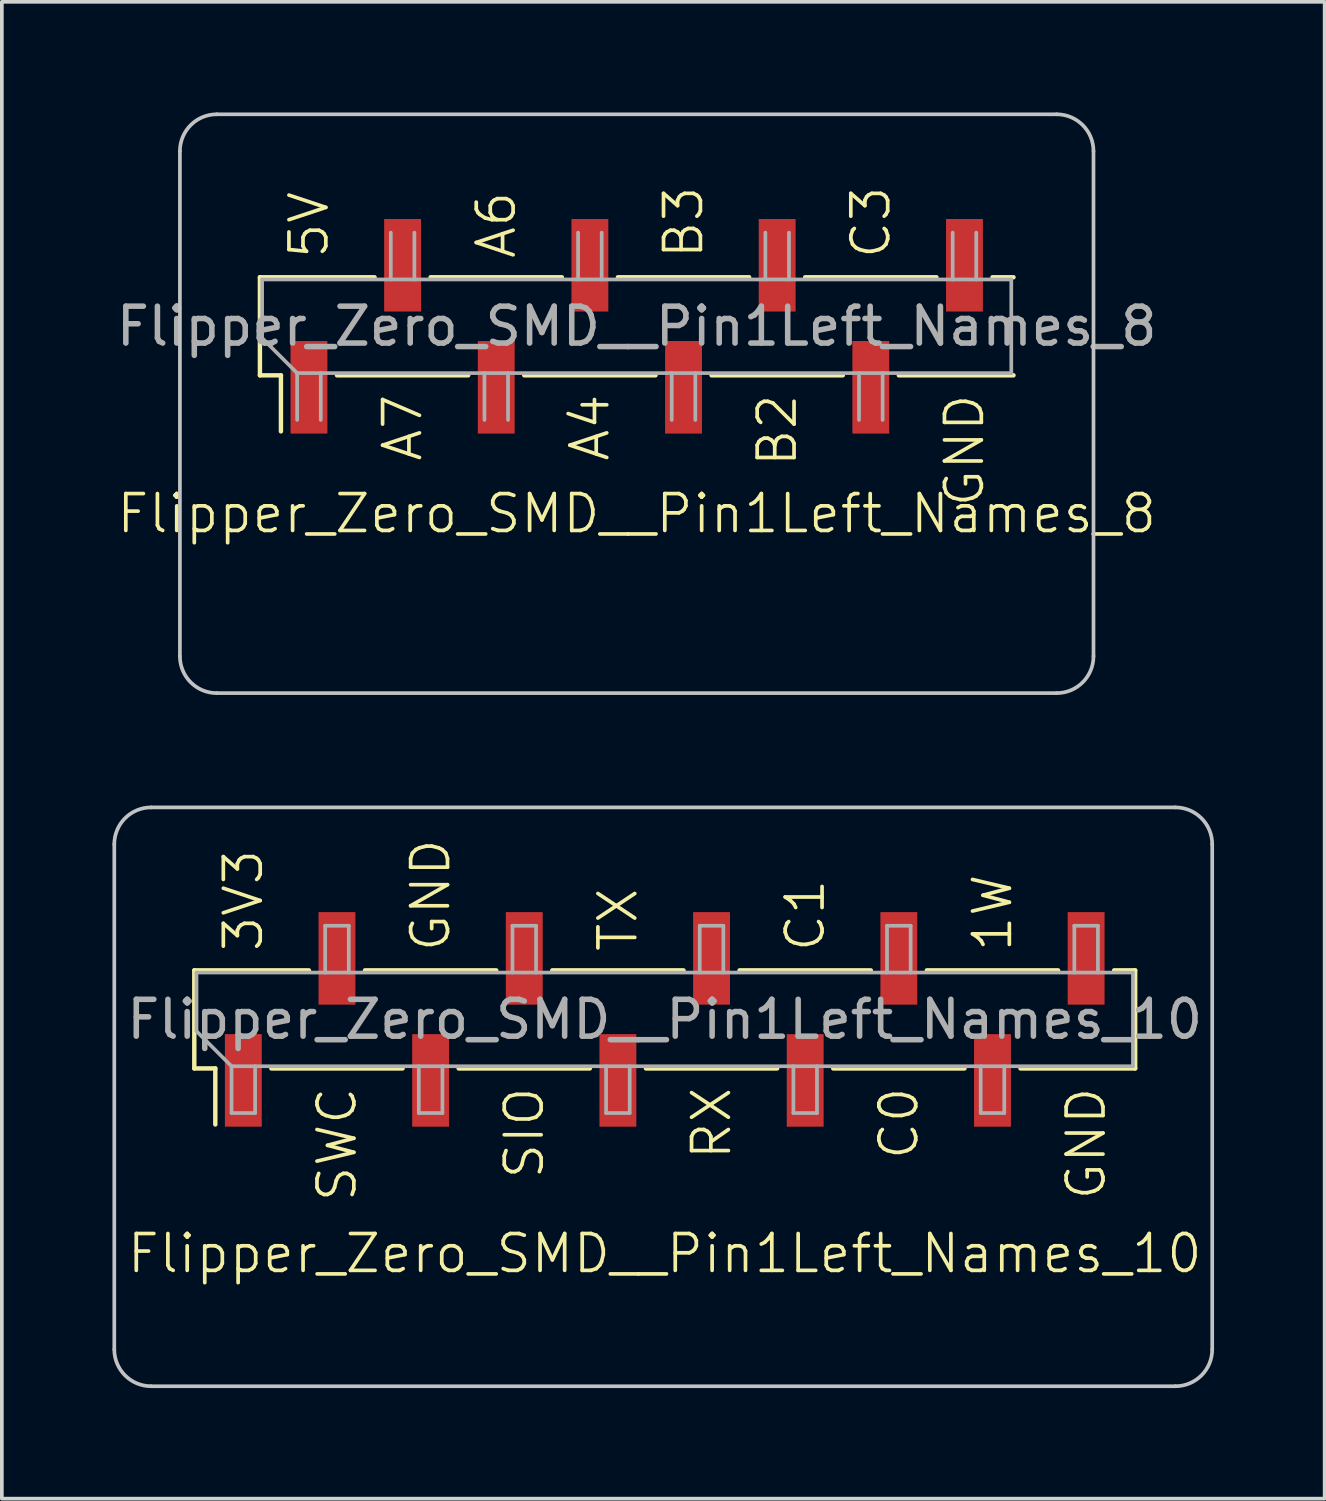
<source format=kicad_pcb>
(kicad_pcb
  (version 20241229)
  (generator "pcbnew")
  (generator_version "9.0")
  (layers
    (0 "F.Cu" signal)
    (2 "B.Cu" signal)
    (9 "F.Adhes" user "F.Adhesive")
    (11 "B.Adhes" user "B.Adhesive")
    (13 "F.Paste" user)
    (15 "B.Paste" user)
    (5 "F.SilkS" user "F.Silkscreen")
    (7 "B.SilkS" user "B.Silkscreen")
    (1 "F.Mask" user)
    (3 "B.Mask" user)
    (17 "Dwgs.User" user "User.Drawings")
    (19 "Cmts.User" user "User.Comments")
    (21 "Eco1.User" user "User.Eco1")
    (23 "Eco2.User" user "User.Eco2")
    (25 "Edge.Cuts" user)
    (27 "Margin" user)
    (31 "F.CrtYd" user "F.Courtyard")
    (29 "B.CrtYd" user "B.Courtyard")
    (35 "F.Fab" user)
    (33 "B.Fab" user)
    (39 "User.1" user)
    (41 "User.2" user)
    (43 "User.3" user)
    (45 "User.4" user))
  (footprint "Flipper_Zero_SMD__Pin1Left_Names_10"
    (layer "F.Cu")
    (at 3.55 24.6)
    (property "Reference" "Flipper_Zero_SMD__Pin1Left_Names_10" (at 11.43 6.35 0) (unlocked yes) (layer "F.SilkS") (effects (font (size 1 1) (thickness 0.1))))
    (attr smd)
    (fp_line (start -1.33 -1.33) (end -1.33 1.33) (stroke (width 0.12) (type solid)) (layer "F.SilkS"))
    (fp_line (start -1.33 -1.33) (end 1.78 -1.33) (stroke (width 0.12) (type solid)) (layer "F.SilkS"))
    (fp_line (start -1.33 1.33) (end -0.76 1.33) (stroke (width 0.12) (type solid)) (layer "F.SilkS"))
    (fp_line (start -0.76 1.33) (end -0.76 2.85) (stroke (width 0.12) (type solid)) (layer "F.SilkS"))
    (fp_line (start 0.76 1.33) (end 4.32 1.33) (stroke (width 0.12) (type solid)) (layer "F.SilkS"))
    (fp_line (start 3.3 -1.33) (end 6.86 -1.33) (stroke (width 0.12) (type solid)) (layer "F.SilkS"))
    (fp_line (start 5.84 1.33) (end 9.4 1.33) (stroke (width 0.12) (type solid)) (layer "F.SilkS"))
    (fp_line (start 8.38 -1.33) (end 11.94 -1.33) (stroke (width 0.12) (type solid)) (layer "F.SilkS"))
    (fp_line (start 10.92 1.33) (end 14.48 1.33) (stroke (width 0.12) (type solid)) (layer "F.SilkS"))
    (fp_line (start 13.46 -1.33) (end 17.02 -1.33) (stroke (width 0.12) (type solid)) (layer "F.SilkS"))
    (fp_line (start 16 1.33) (end 19.56 1.33) (stroke (width 0.12) (type solid)) (layer "F.SilkS"))
    (fp_line (start 18.54 -1.33) (end 22.1 -1.33) (stroke (width 0.12) (type solid)) (layer "F.SilkS"))
    (fp_line (start 21.08 1.33) (end 24.19 1.33) (stroke (width 0.12) (type solid)) (layer "F.SilkS"))
    (fp_line (start 23.62 -1.33) (end 24.19 -1.33) (stroke (width 0.12) (type solid)) (layer "F.SilkS"))
    (fp_line (start 24.19 -1.33) (end 24.19 1.33) (stroke (width 0.12) (type solid)) (layer "F.SilkS"))
    (fp_line (start -3.5 8.95) (end -3.5 -4.75) (stroke (width 0.1) (type default)) (layer "Dwgs.User"))
    (fp_line (start -2.5 -5.75) (end 25.28 -5.75) (stroke (width 0.1) (type default)) (layer "Dwgs.User"))
    (fp_line (start -2.5 9.95) (end 25.28 9.95) (stroke (width 0.1) (type default)) (layer "Dwgs.User"))
    (fp_line (start 26.28 8.95) (end 26.28 -4.75) (stroke (width 0.1) (type default)) (layer "Dwgs.User"))
    (fp_arc (start -3.5 -4.75) (mid -3.207107 -5.457106) (end -2.5 -5.75) (stroke (width 0.1) (type default)) (layer "Dwgs.User"))
    (fp_arc (start -2.5 9.95) (mid -3.207106 9.657107) (end -3.5 8.95) (stroke (width 0.1) (type default)) (layer "Dwgs.User"))
    (fp_arc (start 25.28 -5.75) (mid 25.987106 -5.457107) (end 26.28 -4.75) (stroke (width 0.1) (type default)) (layer "Dwgs.User"))
    (fp_arc (start 26.28 8.95) (mid 25.987107 9.657106) (end 25.28 9.95) (stroke (width 0.1) (type default)) (layer "Dwgs.User"))
    (fp_line (start -1.27 -1.27) (end -1.27 0.32) (stroke (width 0.1) (type solid)) (layer "F.Fab"))
    (fp_line (start -1.27 -1.27) (end 24.13 -1.27) (stroke (width 0.1) (type solid)) (layer "F.Fab"))
    (fp_line (start -0.32 1.27) (end -1.27 0.32) (stroke (width 0.1) (type solid)) (layer "F.Fab"))
    (fp_line (start -0.32 1.27) (end -0.32 2.54) (stroke (width 0.1) (type solid)) (layer "F.Fab"))
    (fp_line (start -0.32 2.54) (end 0.32 2.54) (stroke (width 0.1) (type solid)) (layer "F.Fab"))
    (fp_line (start 0.32 2.54) (end 0.32 1.27) (stroke (width 0.1) (type solid)) (layer "F.Fab"))
    (fp_line (start 2.22 -2.54) (end 2.86 -2.54) (stroke (width 0.1) (type solid)) (layer "F.Fab"))
    (fp_line (start 2.22 -1.27) (end 2.22 -2.54) (stroke (width 0.1) (type solid)) (layer "F.Fab"))
    (fp_line (start 2.86 -2.54) (end 2.86 -1.27) (stroke (width 0.1) (type solid)) (layer "F.Fab"))
    (fp_line (start 4.76 1.27) (end 4.76 2.54) (stroke (width 0.1) (type solid)) (layer "F.Fab"))
    (fp_line (start 4.76 2.54) (end 5.4 2.54) (stroke (width 0.1) (type solid)) (layer "F.Fab"))
    (fp_line (start 5.4 2.54) (end 5.4 1.27) (stroke (width 0.1) (type solid)) (layer "F.Fab"))
    (fp_line (start 7.3 -2.54) (end 7.94 -2.54) (stroke (width 0.1) (type solid)) (layer "F.Fab"))
    (fp_line (start 7.3 -1.27) (end 7.3 -2.54) (stroke (width 0.1) (type solid)) (layer "F.Fab"))
    (fp_line (start 7.94 -2.54) (end 7.94 -1.27) (stroke (width 0.1) (type solid)) (layer "F.Fab"))
    (fp_line (start 9.84 1.27) (end 9.84 2.54) (stroke (width 0.1) (type solid)) (layer "F.Fab"))
    (fp_line (start 9.84 2.54) (end 10.48 2.54) (stroke (width 0.1) (type solid)) (layer "F.Fab"))
    (fp_line (start 10.48 2.54) (end 10.48 1.27) (stroke (width 0.1) (type solid)) (layer "F.Fab"))
    (fp_line (start 12.38 -2.54) (end 13.02 -2.54) (stroke (width 0.1) (type solid)) (layer "F.Fab"))
    (fp_line (start 12.38 -1.27) (end 12.38 -2.54) (stroke (width 0.1) (type solid)) (layer "F.Fab"))
    (fp_line (start 13.02 -2.54) (end 13.02 -1.27) (stroke (width 0.1) (type solid)) (layer "F.Fab"))
    (fp_line (start 14.92 1.27) (end 14.92 2.54) (stroke (width 0.1) (type solid)) (layer "F.Fab"))
    (fp_line (start 14.92 2.54) (end 15.56 2.54) (stroke (width 0.1) (type solid)) (layer "F.Fab"))
    (fp_line (start 15.56 2.54) (end 15.56 1.27) (stroke (width 0.1) (type solid)) (layer "F.Fab"))
    (fp_line (start 17.46 -2.54) (end 18.1 -2.54) (stroke (width 0.1) (type solid)) (layer "F.Fab"))
    (fp_line (start 17.46 -1.27) (end 17.46 -2.54) (stroke (width 0.1) (type solid)) (layer "F.Fab"))
    (fp_line (start 18.1 -2.54) (end 18.1 -1.27) (stroke (width 0.1) (type solid)) (layer "F.Fab"))
    (fp_line (start 20 1.27) (end 20 2.54) (stroke (width 0.1) (type solid)) (layer "F.Fab"))
    (fp_line (start 20 2.54) (end 20.64 2.54) (stroke (width 0.1) (type solid)) (layer "F.Fab"))
    (fp_line (start 20.64 2.54) (end 20.64 1.27) (stroke (width 0.1) (type solid)) (layer "F.Fab"))
    (fp_line (start 22.54 -2.54) (end 23.18 -2.54) (stroke (width 0.1) (type solid)) (layer "F.Fab"))
    (fp_line (start 22.54 -1.27) (end 22.54 -2.54) (stroke (width 0.1) (type solid)) (layer "F.Fab"))
    (fp_line (start 23.18 -2.54) (end 23.18 -1.27) (stroke (width 0.1) (type solid)) (layer "F.Fab"))
    (fp_line (start 24.13 1.27) (end -0.32 1.27) (stroke (width 0.1) (type solid)) (layer "F.Fab"))
    (fp_line (start 24.13 1.27) (end 24.13 -1.27) (stroke (width 0.1) (type solid)) (layer "F.Fab"))
    (fp_text user "GND" (at 5.08 -1.778 90) (unlocked yes) (layer "F.SilkS") (effects (font (size 1 1) (thickness 0.1)) (justify left)))
    (fp_text user "3V3" (at 0 -1.778 90) (unlocked yes) (layer "F.SilkS") (effects (font (size 1 1) (thickness 0.1)) (justify left)))
    (fp_text user "GND" (at 22.86 1.778 90) (unlocked yes) (layer "F.SilkS") (effects (font (size 1 1) (thickness 0.1)) (justify right)))
    (fp_text user "C0" (at 17.78 1.778 90) (unlocked yes) (layer "F.SilkS") (effects (font (size 1 1) (thickness 0.1)) (justify right)))
    (fp_text user "C1" (at 15.24 -1.778 90) (unlocked yes) (layer "F.SilkS") (effects (font (size 1 1) (thickness 0.1)) (justify left)))
    (fp_text user "1W" (at 20.32 -1.778 90) (unlocked yes) (layer "F.SilkS") (effects (font (size 1 1) (thickness 0.1)) (justify left)))
    (fp_text user "RX" (at 12.7 1.778 90) (unlocked yes) (layer "F.SilkS") (effects (font (size 1 1) (thickness 0.1)) (justify right)))
    (fp_text user "TX" (at 10.16 -1.778 90) (unlocked yes) (layer "F.SilkS") (effects (font (size 1 1) (thickness 0.1)) (justify left)))
    (fp_text user "SIO" (at 7.62 1.778 90) (unlocked yes) (layer "F.SilkS") (effects (font (size 1 1) (thickness 0.1)) (justify right)))
    (fp_text user "SWC" (at 2.54 1.778 90) (unlocked yes) (layer "F.SilkS") (effects (font (size 1 1) (thickness 0.1)) (justify right)))
    (fp_text user "${REFERENCE}" (at 11.43 0 180) (layer "F.Fab") (effects (font (size 1 1) (thickness 0.15))))
    (pad "9" smd rect (at 0 1.655 270) (size 2.51 1) (layers "F.Cu" "F.Mask" "F.Paste"))
    (pad "10" smd rect (at 2.54 -1.655 270) (size 2.51 1) (layers "F.Cu" "F.Mask" "F.Paste"))
    (pad "11" smd rect (at 5.08 1.655 270) (size 2.51 1) (layers "F.Cu" "F.Mask" "F.Paste"))
    (pad "12" smd rect (at 7.62 -1.655 270) (size 2.51 1) (layers "F.Cu" "F.Mask" "F.Paste"))
    (pad "13" smd rect (at 10.16 1.655 270) (size 2.51 1) (layers "F.Cu" "F.Mask" "F.Paste"))
    (pad "14" smd rect (at 12.7 -1.655 270) (size 2.51 1) (layers "F.Cu" "F.Mask" "F.Paste"))
    (pad "15" smd rect (at 15.24 1.655 270) (size 2.51 1) (layers "F.Cu" "F.Mask" "F.Paste"))
    (pad "16" smd rect (at 17.78 -1.655 270) (size 2.51 1) (layers "F.Cu" "F.Mask" "F.Paste"))
    (pad "17" smd rect (at 20.32 1.655 270) (size 2.51 1) (layers "F.Cu" "F.Mask" "F.Paste"))
    (pad "18" smd rect (at 22.86 -1.655 270) (size 2.51 1) (layers "F.Cu" "F.Mask" "F.Paste")))
  (footprint "Flipper_Zero_SMD__Pin1Left_Names_8"
    (layer "F.Cu")
    (at 5.33 5.8)
    (property "Reference" "Flipper_Zero_SMD__Pin1Left_Names_8" (at 8.89 5.08 0) (unlocked yes) (layer "F.SilkS") (effects (font (size 1 1) (thickness 0.1))))
    (attr smd)
    (fp_line (start -1.33 -1.33) (end -1.33 1.33) (stroke (width 0.12) (type solid)) (layer "F.SilkS"))
    (fp_line (start -1.33 -1.33) (end 1.78 -1.33) (stroke (width 0.12) (type solid)) (layer "F.SilkS"))
    (fp_line (start -1.33 1.33) (end -0.76 1.33) (stroke (width 0.12) (type solid)) (layer "F.SilkS"))
    (fp_line (start -0.76 1.33) (end -0.76 2.85) (stroke (width 0.12) (type solid)) (layer "F.SilkS"))
    (fp_line (start 0.76 1.33) (end 4.32 1.33) (stroke (width 0.12) (type solid)) (layer "F.SilkS"))
    (fp_line (start 3.3 -1.33) (end 6.86 -1.33) (stroke (width 0.12) (type solid)) (layer "F.SilkS"))
    (fp_line (start 5.84 1.33) (end 9.4 1.33) (stroke (width 0.12) (type solid)) (layer "F.SilkS"))
    (fp_line (start 8.38 -1.33) (end 11.94 -1.33) (stroke (width 0.12) (type solid)) (layer "F.SilkS"))
    (fp_line (start 10.92 1.33) (end 14.48 1.33) (stroke (width 0.12) (type solid)) (layer "F.SilkS"))
    (fp_line (start 13.46 -1.33) (end 17.02 -1.33) (stroke (width 0.12) (type solid)) (layer "F.SilkS"))
    (fp_line (start 16 1.33) (end 19.11 1.33) (stroke (width 0.12) (type solid)) (layer "F.SilkS"))
    (fp_line (start 18.54 -1.33) (end 19.11 -1.33) (stroke (width 0.12) (type solid)) (layer "F.SilkS"))
    (fp_line (start -3.5 8.95) (end -3.5 -4.75) (stroke (width 0.1) (type default)) (layer "Dwgs.User"))
    (fp_line (start -2.5 -5.75) (end 20.28 -5.75) (stroke (width 0.1) (type default)) (layer "Dwgs.User"))
    (fp_line (start -2.5 9.95) (end 20.28 9.95) (stroke (width 0.1) (type default)) (layer "Dwgs.User"))
    (fp_line (start 21.28 8.95) (end 21.28 -4.75) (stroke (width 0.1) (type default)) (layer "Dwgs.User"))
    (fp_arc (start -3.5 -4.75) (mid -3.207107 -5.457106) (end -2.5 -5.75) (stroke (width 0.1) (type default)) (layer "Dwgs.User"))
    (fp_arc (start -2.5 9.95) (mid -3.207106 9.657107) (end -3.5 8.95) (stroke (width 0.1) (type default)) (layer "Dwgs.User"))
    (fp_arc (start 20.28 -5.75) (mid 20.987105 -5.457106) (end 21.28 -4.75) (stroke (width 0.1) (type default)) (layer "Dwgs.User"))
    (fp_arc (start 21.28 8.95) (mid 20.987106 9.657105) (end 20.28 9.95) (stroke (width 0.1) (type default)) (layer "Dwgs.User"))
    (fp_line (start -1.27 -1.27) (end -1.27 0.32) (stroke (width 0.1) (type solid)) (layer "F.Fab"))
    (fp_line (start -1.27 -1.27) (end 19.05 -1.27) (stroke (width 0.1) (type solid)) (layer "F.Fab"))
    (fp_line (start -0.32 1.27) (end -1.27 0.32) (stroke (width 0.1) (type solid)) (layer "F.Fab"))
    (fp_line (start -0.32 1.27) (end -0.32 2.54) (stroke (width 0.1) (type solid)) (layer "F.Fab"))
    (fp_line (start 0.32 2.54) (end 0.32 1.27) (stroke (width 0.1) (type solid)) (layer "F.Fab"))
    (fp_line (start 2.22 -1.27) (end 2.22 -2.54) (stroke (width 0.1) (type solid)) (layer "F.Fab"))
    (fp_line (start 2.86 -2.54) (end 2.86 -1.27) (stroke (width 0.1) (type solid)) (layer "F.Fab"))
    (fp_line (start 4.76 1.27) (end 4.76 2.54) (stroke (width 0.1) (type solid)) (layer "F.Fab"))
    (fp_line (start 5.4 2.54) (end 5.4 1.27) (stroke (width 0.1) (type solid)) (layer "F.Fab"))
    (fp_line (start 7.3 -1.27) (end 7.3 -2.54) (stroke (width 0.1) (type solid)) (layer "F.Fab"))
    (fp_line (start 7.94 -2.54) (end 7.94 -1.27) (stroke (width 0.1) (type solid)) (layer "F.Fab"))
    (fp_line (start 9.84 1.27) (end 9.84 2.54) (stroke (width 0.1) (type solid)) (layer "F.Fab"))
    (fp_line (start 10.48 2.54) (end 10.48 1.27) (stroke (width 0.1) (type solid)) (layer "F.Fab"))
    (fp_line (start 12.38 -1.27) (end 12.38 -2.54) (stroke (width 0.1) (type solid)) (layer "F.Fab"))
    (fp_line (start 13.02 -2.54) (end 13.02 -1.27) (stroke (width 0.1) (type solid)) (layer "F.Fab"))
    (fp_line (start 14.92 1.27) (end 14.92 2.54) (stroke (width 0.1) (type solid)) (layer "F.Fab"))
    (fp_line (start 15.56 2.54) (end 15.56 1.27) (stroke (width 0.1) (type solid)) (layer "F.Fab"))
    (fp_line (start 17.46 -1.27) (end 17.46 -2.54) (stroke (width 0.1) (type solid)) (layer "F.Fab"))
    (fp_line (start 18.1 -2.54) (end 18.1 -1.27) (stroke (width 0.1) (type solid)) (layer "F.Fab"))
    (fp_line (start 19.05 1.27) (end -0.32 1.27) (stroke (width 0.1) (type solid)) (layer "F.Fab"))
    (fp_line (start 19.05 1.27) (end 19.05 -1.27) (stroke (width 0.1) (type solid)) (layer "F.Fab"))
    (fp_text user "5V" (at 0 -1.778 90) (unlocked yes) (layer "F.SilkS") (effects (font (size 1 1) (thickness 0.1)) (justify left)))
    (fp_text user "C3" (at 15.24 -1.778 90) (unlocked yes) (layer "F.SilkS") (effects (font (size 1 1) (thickness 0.1)) (justify left)))
    (fp_text user "GND" (at 17.78 1.778 90) (unlocked yes) (layer "F.SilkS") (effects (font (size 1 1) (thickness 0.1)) (justify right)))
    (fp_text user "B2" (at 12.7 1.778 90) (unlocked yes) (layer "F.SilkS") (effects (font (size 1 1) (thickness 0.1)) (justify right)))
    (fp_text user "A4" (at 7.62 1.778 90) (unlocked yes) (layer "F.SilkS") (effects (font (size 1 1) (thickness 0.1)) (justify right)))
    (fp_text user "A7" (at 2.54 1.778 90) (unlocked yes) (layer "F.SilkS") (effects (font (size 1 1) (thickness 0.1)) (justify right)))
    (fp_text user "B3" (at 10.16 -1.778 90) (unlocked yes) (layer "F.SilkS") (effects (font (size 1 1) (thickness 0.1)) (justify left)))
    (fp_text user "A6" (at 5.08 -1.778 90) (unlocked yes) (layer "F.SilkS") (effects (font (size 1 1) (thickness 0.1)) (justify left)))
    (fp_text user "${REFERENCE}" (at 8.89 0 180) (layer "F.Fab") (effects (font (size 1 1) (thickness 0.15))))
    (pad "1" smd rect (at 0 1.655 270) (size 2.51 1) (layers "F.Cu" "F.Mask" "F.Paste"))
    (pad "2" smd rect (at 2.54 -1.655 270) (size 2.51 1) (layers "F.Cu" "F.Mask" "F.Paste"))
    (pad "3" smd rect (at 5.08 1.655 270) (size 2.51 1) (layers "F.Cu" "F.Mask" "F.Paste"))
    (pad "4" smd rect (at 7.62 -1.655 270) (size 2.51 1) (layers "F.Cu" "F.Mask" "F.Paste"))
    (pad "5" smd rect (at 10.16 1.655 270) (size 2.51 1) (layers "F.Cu" "F.Mask" "F.Paste"))
    (pad "6" smd rect (at 12.7 -1.655 270) (size 2.51 1) (layers "F.Cu" "F.Mask" "F.Paste"))
    (pad "7" smd rect (at 15.24 1.655 270) (size 2.51 1) (layers "F.Cu" "F.Mask" "F.Paste"))
    (pad "8" smd rect (at 17.78 -1.655 270) (size 2.51 1) (layers "F.Cu" "F.Mask" "F.Paste")))
  (gr_rect
    (start -3 -3)
    (end 32.88 37.6)
    (stroke (width 0.1) (type default))
    (fill no)
    (layer "Edge.Cuts")))
</source>
